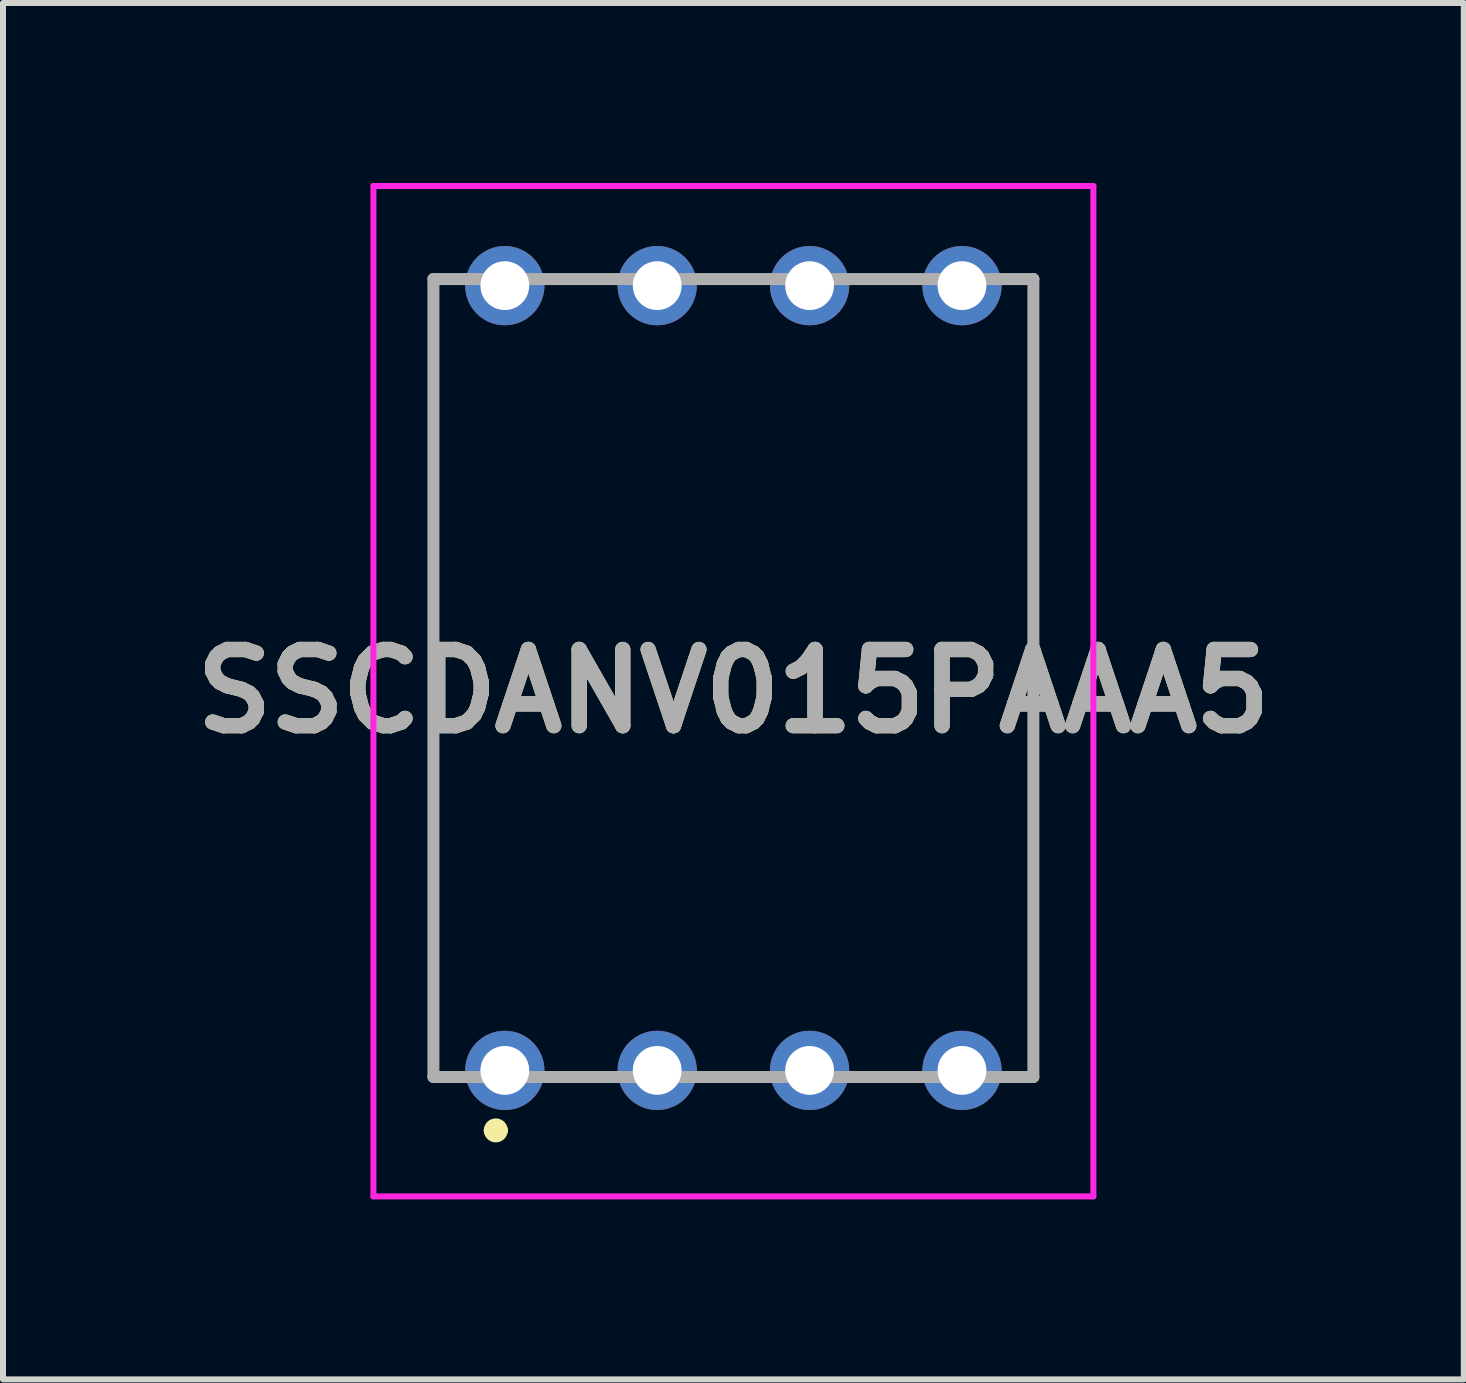
<source format=kicad_pcb>
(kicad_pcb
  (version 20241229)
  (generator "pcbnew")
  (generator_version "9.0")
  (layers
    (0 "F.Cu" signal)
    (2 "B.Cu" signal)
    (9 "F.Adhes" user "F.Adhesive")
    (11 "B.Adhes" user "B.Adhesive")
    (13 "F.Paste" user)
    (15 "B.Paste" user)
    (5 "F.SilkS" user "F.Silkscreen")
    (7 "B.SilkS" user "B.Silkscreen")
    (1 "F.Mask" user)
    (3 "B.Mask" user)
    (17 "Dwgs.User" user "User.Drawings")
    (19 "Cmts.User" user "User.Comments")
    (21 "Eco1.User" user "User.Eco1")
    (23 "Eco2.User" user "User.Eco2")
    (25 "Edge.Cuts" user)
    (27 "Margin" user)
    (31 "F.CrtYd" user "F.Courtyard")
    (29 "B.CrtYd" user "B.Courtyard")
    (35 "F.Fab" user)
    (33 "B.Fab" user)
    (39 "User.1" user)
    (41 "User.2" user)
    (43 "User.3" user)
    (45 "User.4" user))
  (footprint "SSCDANV015PAAA5"
    (layer "F.Cu")
    (at 5.364 14.791)
    (property "Reference" "SSCDANV015PAAA5" (at 3.81 -6.32 0) (layer "F.SilkS") (effects (font (size 1.27 1.27) (thickness 0.254))))
    (attr through_hole)
    (fp_line (start -1.19 0.11) (end -1.19 -13.19) (stroke (width 0.1) (type solid)) (layer "F.SilkS"))
    (fp_line (start -0.25 1) (end -0.25 1) (stroke (width 0.2) (type solid)) (layer "F.SilkS"))
    (fp_line (start -0.05 1) (end -0.05 1) (stroke (width 0.2) (type solid)) (layer "F.SilkS"))
    (fp_line (start 8.81 -13.19) (end 8.81 0.11) (stroke (width 0.1) (type solid)) (layer "F.SilkS"))
    (fp_arc (start -0.25 1) (mid -0.15 0.9) (end -0.05 1) (stroke (width 0.2) (type solid)) (layer "F.SilkS"))
    (fp_arc (start -0.05 1) (mid -0.15 1.1) (end -0.25 1) (stroke (width 0.2) (type solid)) (layer "F.SilkS"))
    (fp_line (start -2.19 -14.741) (end 9.81 -14.741) (stroke (width 0.1) (type solid)) (layer "F.CrtYd"))
    (fp_line (start -2.19 2.1) (end -2.19 -14.741) (stroke (width 0.1) (type solid)) (layer "F.CrtYd"))
    (fp_line (start 9.81 -14.741) (end 9.81 2.1) (stroke (width 0.1) (type solid)) (layer "F.CrtYd"))
    (fp_line (start 9.81 2.1) (end -2.19 2.1) (stroke (width 0.1) (type solid)) (layer "F.CrtYd"))
    (fp_line (start -1.19 -13.19) (end 8.81 -13.19) (stroke (width 0.2) (type solid)) (layer "F.Fab"))
    (fp_line (start -1.19 0.11) (end -1.19 -13.19) (stroke (width 0.2) (type solid)) (layer "F.Fab"))
    (fp_line (start 8.81 -13.19) (end 8.81 0.11) (stroke (width 0.2) (type solid)) (layer "F.Fab"))
    (fp_line (start 8.81 0.11) (end -1.19 0.11) (stroke (width 0.2) (type solid)) (layer "F.Fab"))
    (fp_text user "${REFERENCE}" (at 3.81 -6.32 0) (layer "F.Fab") (effects (font (size 1.27 1.27) (thickness 0.254))))
    (pad "1" thru_hole circle (at 0 0) (size 1.321 1.321) (drill 0.813) (layers "*.Cu" "*.Mask"))
    (pad "2" thru_hole circle (at 2.54 0) (size 1.321 1.321) (drill 0.813) (layers "*.Cu" "*.Mask"))
    (pad "3" thru_hole circle (at 5.08 0) (size 1.321 1.321) (drill 0.813) (layers "*.Cu" "*.Mask"))
    (pad "4" thru_hole circle (at 7.62 0) (size 1.321 1.321) (drill 0.813) (layers "*.Cu" "*.Mask"))
    (pad "5" thru_hole circle (at 7.62 -13.08) (size 1.321 1.321) (drill 0.813) (layers "*.Cu" "*.Mask"))
    (pad "6" thru_hole circle (at 5.08 -13.08) (size 1.321 1.321) (drill 0.813) (layers "*.Cu" "*.Mask"))
    (pad "7" thru_hole circle (at 2.54 -13.08) (size 1.321 1.321) (drill 0.813) (layers "*.Cu" "*.Mask"))
    (pad "8" thru_hole circle (at 0 -13.08) (size 1.321 1.321) (drill 0.813) (layers "*.Cu" "*.Mask")))
  (gr_rect
    (start -3 -3)
    (end 21.348 19.941)
    (stroke (width 0.1) (type default))
    (fill no)
    (layer "Edge.Cuts")))
</source>
